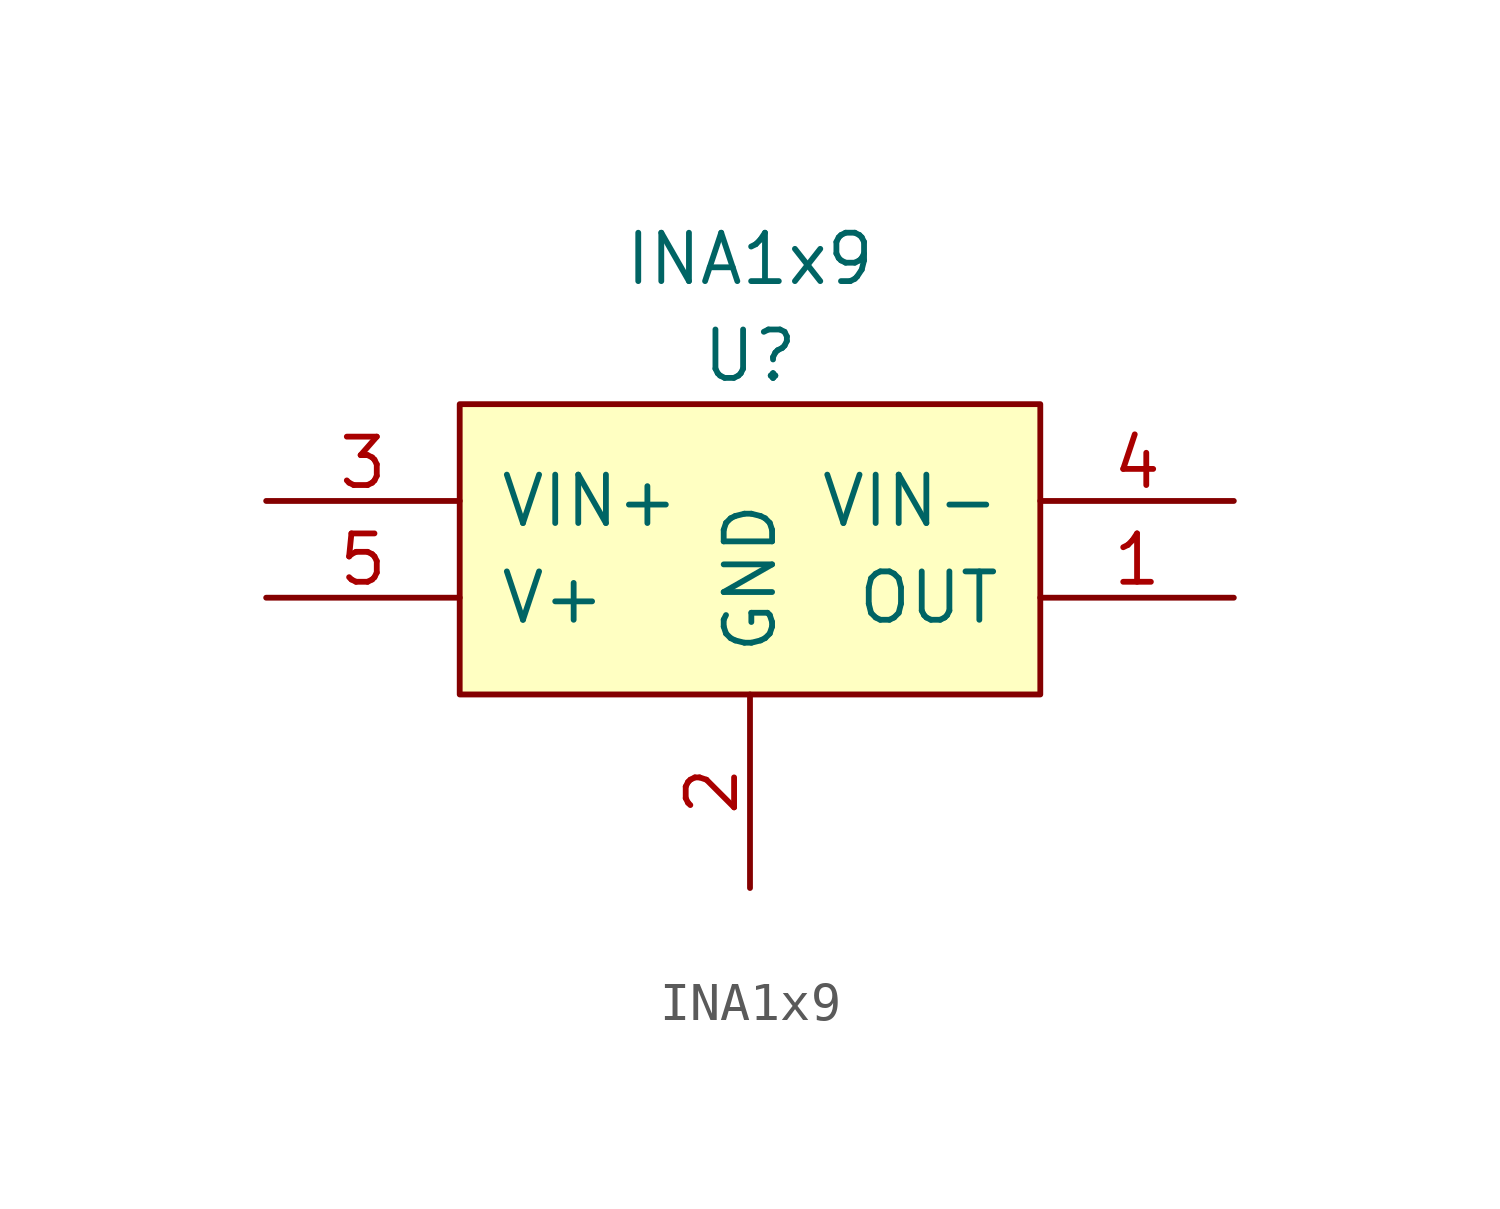
<source format=kicad_sym>
(kicad_symbol_lib
  (version 20211014)
  (generator kicad_symbol_editor)
  (symbol "INA1x9"
    (pin_names
      (offset 1.016))
    (property "Reference" "U"
      (at 0 5.08 0)
      (effects (font (size 1.27 1.27))))
    (property "Value" "INA1x9"
      (at 0 7.62 0)
      (effects (font (size 1.27 1.27))))
    (symbol "INA1x9_0_1"
      (rectangle (start -7.62 3.81) (end 7.62 -3.81) (stroke (width 0) (type default) (color 0 0 0 0)) (fill (type background))))
    (symbol "INA1x9_1_1"
      (pin input line (at 12.7 -1.27 180) (length 5.08) (name "OUT" (effects (font (size 1.27 1.27)))) (number "1" (effects (font (size 1.27 1.27)))))
      (pin input line (at 0 -8.89 90) (length 5.08) (name "GND" (effects (font (size 1.27 1.27)))) (number "2" (effects (font (size 1.27 1.27)))))
      (pin input line (at -12.7 1.27 0) (length 5.08) (name "VIN+" (effects (font (size 1.27 1.27)))) (number "3" (effects (font (size 1.27 1.27)))))
      (pin input line (at 12.7 1.27 180) (length 5.08) (name "VIN-" (effects (font (size 1.27 1.27)))) (number "4" (effects (font (size 1.27 1.27)))))
      (pin input line (at -12.7 -1.27 0) (length 5.08) (name "V+" (effects (font (size 1.27 1.27)))) (number "5" (effects (font (size 1.27 1.27))))))))
</source>
